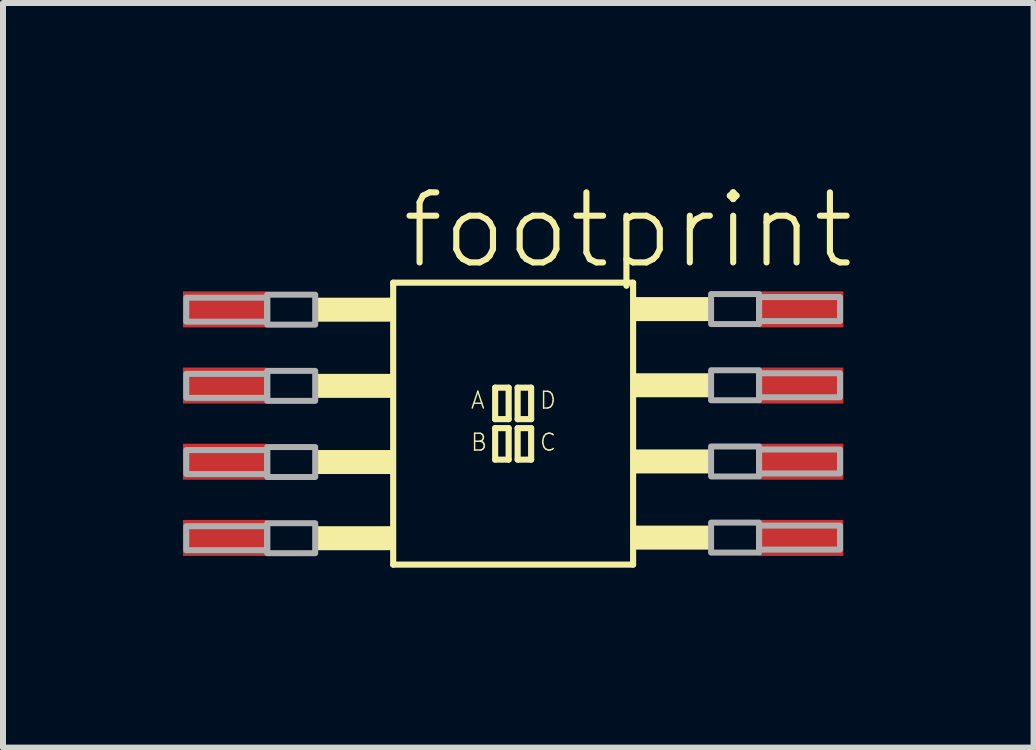
<source format=kicad_pcb>
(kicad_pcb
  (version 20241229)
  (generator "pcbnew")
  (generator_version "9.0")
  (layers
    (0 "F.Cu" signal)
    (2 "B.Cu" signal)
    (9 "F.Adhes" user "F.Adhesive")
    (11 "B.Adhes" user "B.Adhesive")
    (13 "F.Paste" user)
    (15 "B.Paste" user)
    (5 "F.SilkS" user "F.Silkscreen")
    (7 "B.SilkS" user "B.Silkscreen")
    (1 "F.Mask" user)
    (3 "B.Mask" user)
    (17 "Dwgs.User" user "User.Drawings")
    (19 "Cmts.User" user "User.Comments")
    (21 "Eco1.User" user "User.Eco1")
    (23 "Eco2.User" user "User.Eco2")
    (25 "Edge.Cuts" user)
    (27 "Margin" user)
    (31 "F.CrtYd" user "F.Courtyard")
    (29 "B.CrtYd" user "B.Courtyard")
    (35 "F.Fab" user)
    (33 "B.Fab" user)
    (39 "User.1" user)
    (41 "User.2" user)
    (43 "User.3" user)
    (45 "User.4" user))
  (footprint "footprint"
    (layer "F.Cu")
    (at 5.505 4.013)
    (property "Reference" "footprint" (at -1.905 -2.54 0) (layer "F.SilkS") (effects (font (size 1.168 1.168) (thickness 0.102)) (justify left bottom)))
    (fp_line (start -2 -2.35) (end 2 -2.35) (stroke (width 0.102) (type solid)) (layer "F.SilkS"))
    (fp_line (start -2 2.35) (end -2 -2.35) (stroke (width 0.102) (type solid)) (layer "F.SilkS"))
    (fp_line (start -0.3 -0.6) (end -0.075 -0.6) (stroke (width 0.102) (type solid)) (layer "F.SilkS"))
    (fp_line (start -0.3 -0.075) (end -0.3 -0.6) (stroke (width 0.102) (type solid)) (layer "F.SilkS"))
    (fp_line (start -0.3 0.075) (end -0.075 0.075) (stroke (width 0.102) (type solid)) (layer "F.SilkS"))
    (fp_line (start -0.3 0.6) (end -0.3 0.075) (stroke (width 0.102) (type solid)) (layer "F.SilkS"))
    (fp_line (start -0.075 -0.6) (end -0.075 -0.075) (stroke (width 0.102) (type solid)) (layer "F.SilkS"))
    (fp_line (start -0.075 -0.075) (end -0.3 -0.075) (stroke (width 0.102) (type solid)) (layer "F.SilkS"))
    (fp_line (start -0.075 0.075) (end -0.075 0.6) (stroke (width 0.102) (type solid)) (layer "F.SilkS"))
    (fp_line (start -0.075 0.6) (end -0.3 0.6) (stroke (width 0.102) (type solid)) (layer "F.SilkS"))
    (fp_line (start 0.075 -0.6) (end 0.3 -0.6) (stroke (width 0.102) (type solid)) (layer "F.SilkS"))
    (fp_line (start 0.075 -0.075) (end 0.075 -0.6) (stroke (width 0.102) (type solid)) (layer "F.SilkS"))
    (fp_line (start 0.075 0.075) (end 0.3 0.075) (stroke (width 0.102) (type solid)) (layer "F.SilkS"))
    (fp_line (start 0.075 0.6) (end 0.075 0.075) (stroke (width 0.102) (type solid)) (layer "F.SilkS"))
    (fp_line (start 0.3 -0.6) (end 0.3 -0.075) (stroke (width 0.102) (type solid)) (layer "F.SilkS"))
    (fp_line (start 0.3 -0.075) (end 0.075 -0.075) (stroke (width 0.102) (type solid)) (layer "F.SilkS"))
    (fp_line (start 0.3 0.075) (end 0.3 0.6) (stroke (width 0.102) (type solid)) (layer "F.SilkS"))
    (fp_line (start 0.3 0.6) (end 0.075 0.6) (stroke (width 0.102) (type solid)) (layer "F.SilkS"))
    (fp_line (start 2 -2.35) (end 2 2.35) (stroke (width 0.102) (type solid)) (layer "F.SilkS"))
    (fp_line (start 2 2.35) (end -2 2.35) (stroke (width 0.102) (type solid)) (layer "F.SilkS"))
    (fp_poly (pts (xy -3.3 -1.7) (xy -2 -1.7) (xy -2 -2.1) (xy -3.3 -2.1)) (stroke (width 0) (type solid)) (fill yes) (layer "F.SilkS"))
    (fp_poly (pts (xy -3.3 -0.43) (xy -2 -0.43) (xy -2 -0.83) (xy -3.3 -0.83)) (stroke (width 0) (type solid)) (fill yes) (layer "F.SilkS"))
    (fp_poly (pts (xy -3.3 0.84) (xy -2 0.84) (xy -2 0.44) (xy -3.3 0.44)) (stroke (width 0) (type solid)) (fill yes) (layer "F.SilkS"))
    (fp_poly (pts (xy -3.3 2.11) (xy -2 2.11) (xy -2 1.71) (xy -3.3 1.71)) (stroke (width 0) (type solid)) (fill yes) (layer "F.SilkS"))
    (fp_poly (pts (xy 3.3 -2.11) (xy 2 -2.11) (xy 2 -1.71) (xy 3.3 -1.71)) (stroke (width 0) (type solid)) (fill yes) (layer "F.SilkS"))
    (fp_poly (pts (xy 3.3 -0.84) (xy 2 -0.84) (xy 2 -0.44) (xy 3.3 -0.44)) (stroke (width 0) (type solid)) (fill yes) (layer "F.SilkS"))
    (fp_poly (pts (xy 3.3 0.43) (xy 2 0.43) (xy 2 0.83) (xy 3.3 0.83)) (stroke (width 0) (type solid)) (fill yes) (layer "F.SilkS"))
    (fp_poly (pts (xy 3.3 1.7) (xy 2 1.7) (xy 2 2.1) (xy 3.3 2.1)) (stroke (width 0) (type solid)) (fill yes) (layer "F.SilkS"))
    (fp_poly (pts (xy -5.45 -1.7) (xy -4.1 -1.7) (xy -4.1 -2.1) (xy -5.45 -2.1)) (stroke (width 0.1) (type solid)) (fill no) (layer "F.Fab"))
    (fp_poly (pts (xy -5.45 -0.43) (xy -4.1 -0.43) (xy -4.1 -0.83) (xy -5.45 -0.83)) (stroke (width 0.1) (type solid)) (fill no) (layer "F.Fab"))
    (fp_poly (pts (xy -5.45 0.84) (xy -4.1 0.84) (xy -4.1 0.44) (xy -5.45 0.44)) (stroke (width 0.1) (type solid)) (fill no) (layer "F.Fab"))
    (fp_poly (pts (xy -5.45 2.11) (xy -4.1 2.11) (xy -4.1 1.71) (xy -5.45 1.71)) (stroke (width 0.1) (type solid)) (fill no) (layer "F.Fab"))
    (fp_poly (pts (xy -4.1 -1.65) (xy -3.3 -1.65) (xy -3.3 -2.15) (xy -4.1 -2.15)) (stroke (width 0.1) (type solid)) (fill no) (layer "F.Fab"))
    (fp_poly (pts (xy -4.1 -0.38) (xy -3.3 -0.38) (xy -3.3 -0.88) (xy -4.1 -0.88)) (stroke (width 0.1) (type solid)) (fill no) (layer "F.Fab"))
    (fp_poly (pts (xy -4.1 0.89) (xy -3.3 0.89) (xy -3.3 0.39) (xy -4.1 0.39)) (stroke (width 0.1) (type solid)) (fill no) (layer "F.Fab"))
    (fp_poly (pts (xy -4.1 2.16) (xy -3.3 2.16) (xy -3.3 1.66) (xy -4.1 1.66)) (stroke (width 0.1) (type solid)) (fill no) (layer "F.Fab"))
    (fp_poly (pts (xy 4.1 -2.16) (xy 3.3 -2.16) (xy 3.3 -1.66) (xy 4.1 -1.66)) (stroke (width 0.1) (type solid)) (fill no) (layer "F.Fab"))
    (fp_poly (pts (xy 4.1 -0.89) (xy 3.3 -0.89) (xy 3.3 -0.39) (xy 4.1 -0.39)) (stroke (width 0.1) (type solid)) (fill no) (layer "F.Fab"))
    (fp_poly (pts (xy 4.1 0.38) (xy 3.3 0.38) (xy 3.3 0.88) (xy 4.1 0.88)) (stroke (width 0.1) (type solid)) (fill no) (layer "F.Fab"))
    (fp_poly (pts (xy 4.1 1.65) (xy 3.3 1.65) (xy 3.3 2.15) (xy 4.1 2.15)) (stroke (width 0.1) (type solid)) (fill no) (layer "F.Fab"))
    (fp_poly (pts (xy 5.45 -2.11) (xy 4.1 -2.11) (xy 4.1 -1.71) (xy 5.45 -1.71)) (stroke (width 0.1) (type solid)) (fill no) (layer "F.Fab"))
    (fp_poly (pts (xy 5.45 -0.84) (xy 4.1 -0.84) (xy 4.1 -0.44) (xy 5.45 -0.44)) (stroke (width 0.1) (type solid)) (fill no) (layer "F.Fab"))
    (fp_poly (pts (xy 5.45 0.43) (xy 4.1 0.43) (xy 4.1 0.83) (xy 5.45 0.83)) (stroke (width 0.1) (type solid)) (fill no) (layer "F.Fab"))
    (fp_poly (pts (xy 5.45 1.7) (xy 4.1 1.7) (xy 4.1 2.1) (xy 5.45 2.1)) (stroke (width 0.1) (type solid)) (fill no) (layer "F.Fab"))
    (fp_text user "C" (at 0.425 0.475 0) (layer "F.SilkS") (effects (font (size 0.28 0.28) (thickness 0.024)) (justify left bottom)))
    (fp_text user "A" (at -0.725 -0.225 0) (layer "F.SilkS") (effects (font (size 0.28 0.28) (thickness 0.024)) (justify left bottom)))
    (fp_text user "B" (at -0.725 0.475 0) (layer "F.SilkS") (effects (font (size 0.28 0.28) (thickness 0.024)) (justify left bottom)))
    (fp_text user "D" (at 0.425 -0.225 0) (layer "F.SilkS") (effects (font (size 0.28 0.28) (thickness 0.024)) (justify left bottom)))
    (pad "1" smd rect (at -4.805 -1.905) (size 1.4 0.6) (layers "F.Cu" "F.Mask" "F.Paste"))
    (pad "2" smd rect (at -4.805 -0.635) (size 1.4 0.6) (layers "F.Cu" "F.Mask" "F.Paste"))
    (pad "3" smd rect (at -4.805 0.635) (size 1.4 0.6) (layers "F.Cu" "F.Mask" "F.Paste"))
    (pad "4" smd rect (at -4.805 1.905) (size 1.4 0.6) (layers "F.Cu" "F.Mask" "F.Paste"))
    (pad "5" smd rect (at 4.805 1.905 180) (size 1.4 0.6) (layers "F.Cu" "F.Mask" "F.Paste"))
    (pad "6" smd rect (at 4.805 0.635 180) (size 1.4 0.6) (layers "F.Cu" "F.Mask" "F.Paste"))
    (pad "7" smd rect (at 4.805 -0.635 180) (size 1.4 0.6) (layers "F.Cu" "F.Mask" "F.Paste"))
    (pad "8" smd rect (at 4.805 -1.905 180) (size 1.4 0.6) (layers "F.Cu" "F.Mask" "F.Paste")))
  (gr_rect
    (start -3 -3)
    (end 14.182 9.414)
    (stroke (width 0.1) (type default))
    (fill no)
    (layer "Edge.Cuts")))
</source>
